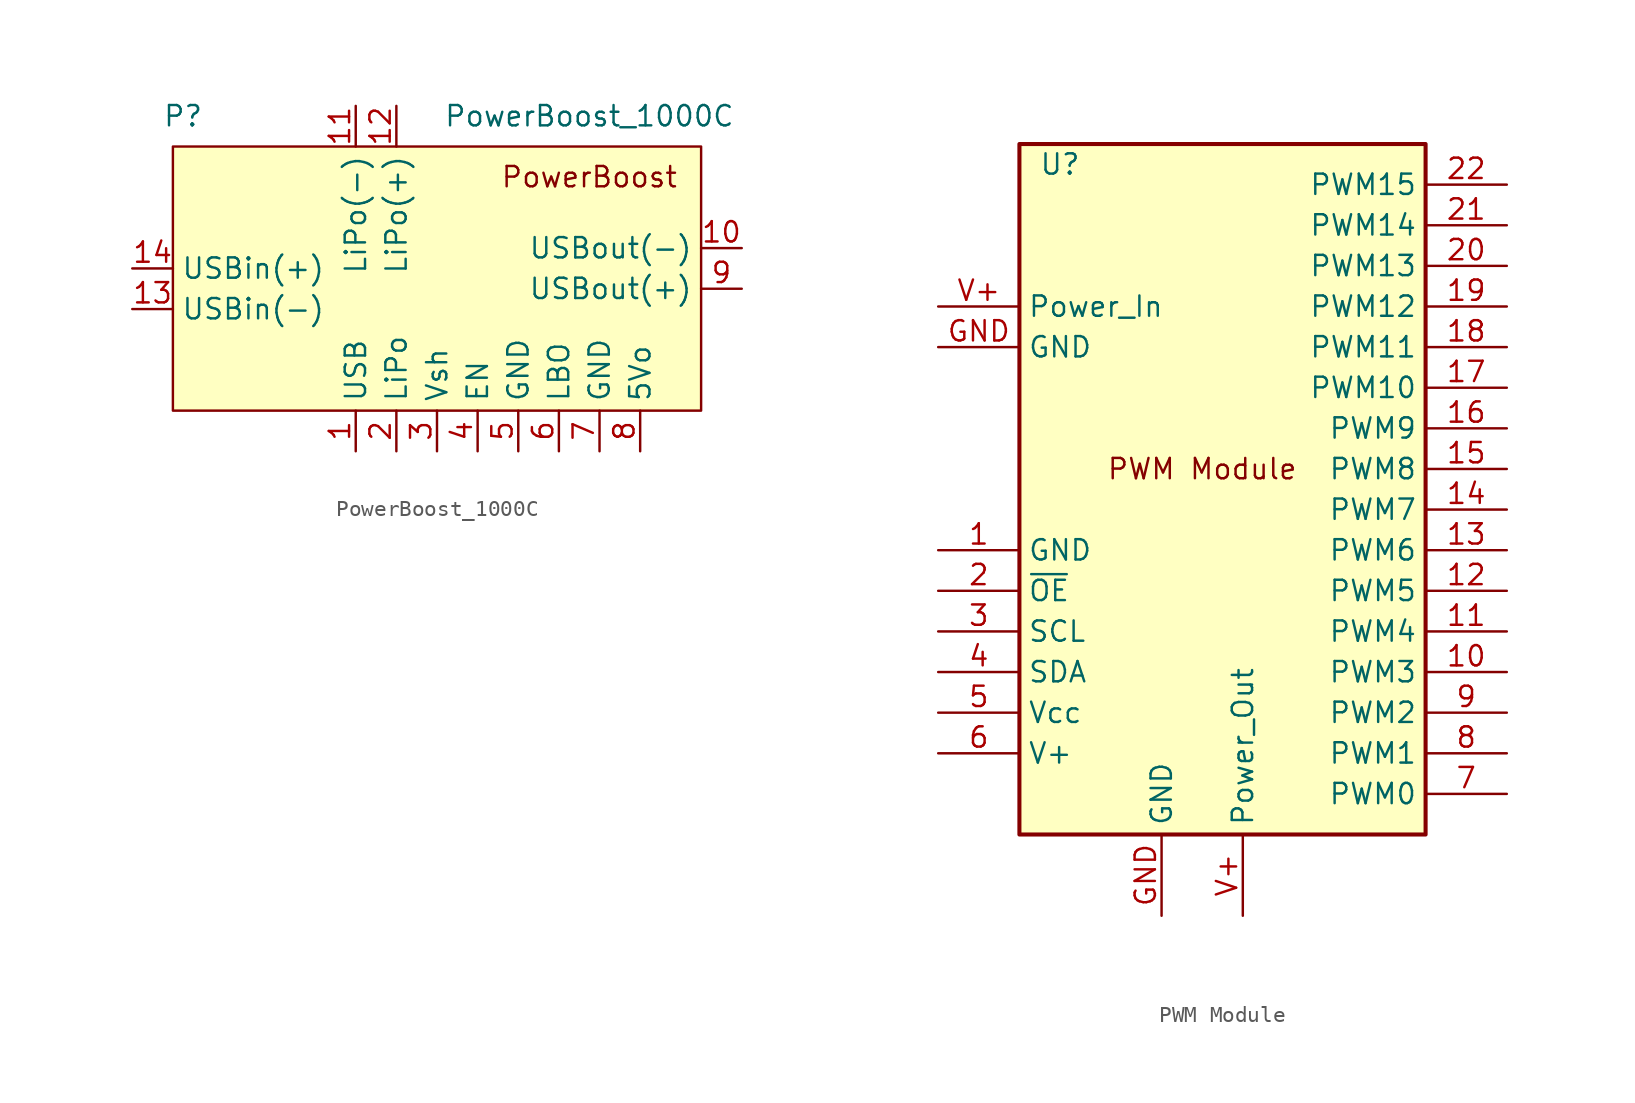
<source format=kicad_sym>
(kicad_symbol_lib
  (version 20220914)
  (generator kicad_symbol_editor)
  (symbol "PowerBoost_1000C"
    (property "Reference" "P"
      (at -15.24 -10.16 0)
      (effects (font (size 1.27 1.27))))
    (property "Value" "PowerBoost_1000C"
      (at 10.16 -10.16 0)
      (effects (font (size 1.27 1.27))))
    (symbol "PowerBoost_1000C_0_0"
      (text "PowerBoost" (at 10.16 -13.97 0) (effects (font (size 1.27 1.27)))))
    (symbol "PowerBoost_1000C_0_1"
      (rectangle (start -15.875 -28.575) (end 17.145 -12.065) (stroke (width 0.152) (type default)) (fill (type background))))
    (symbol "PowerBoost_1000C_1_1"
      (pin power_out line (at -4.445 -31.115 90) (length 2.54) (name "USB" (effects (font (size 1.27 1.27)))) (number "1" (effects (font (size 1.27 1.27)))))
      (pin power_out line (at 19.685 -18.415 180) (length 2.54) (name "USBout(-)" (effects (font (size 1.27 1.27)))) (number "10" (effects (font (size 1.27 1.27)))))
      (pin power_in line (at -4.445 -9.525 270) (length 2.54) (name "LiPo(-)" (effects (font (size 1.27 1.27)))) (number "11" (effects (font (size 1.27 1.27)))))
      (pin power_in line (at -1.905 -9.525 270) (length 2.54) (name "LiPo(+)" (effects (font (size 1.27 1.27)))) (number "12" (effects (font (size 1.27 1.27)))))
      (pin power_in line (at -18.415 -22.225 0) (length 2.54) (name "USBin(-)" (effects (font (size 1.27 1.27)))) (number "13" (effects (font (size 1.27 1.27)))))
      (pin power_in line (at -18.415 -19.685 0) (length 2.54) (name "USBin(+)" (effects (font (size 1.27 1.27)))) (number "14" (effects (font (size 1.27 1.27)))))
      (pin power_out line (at -1.905 -31.115 90) (length 2.54) (name "LiPo" (effects (font (size 1.27 1.27)))) (number "2" (effects (font (size 1.27 1.27)))))
      (pin power_out line (at 0.635 -31.115 90) (length 2.54) (name "Vsh" (effects (font (size 1.27 1.27)))) (number "3" (effects (font (size 1.27 1.27)))))
      (pin output line (at 3.175 -31.115 90) (length 2.54) (name "EN" (effects (font (size 1.27 1.27)))) (number "4" (effects (font (size 1.27 1.27)))))
      (pin power_out line (at 5.715 -31.115 90) (length 2.54) (name "GND" (effects (font (size 1.27 1.27)))) (number "5" (effects (font (size 1.27 1.27)))))
      (pin output line (at 8.255 -31.115 90) (length 2.54) (name "LBO" (effects (font (size 1.27 1.27)))) (number "6" (effects (font (size 1.27 1.27)))))
      (pin power_out line (at 10.795 -31.115 90) (length 2.54) (name "GND" (effects (font (size 1.27 1.27)))) (number "7" (effects (font (size 1.27 1.27)))))
      (pin power_out line (at 13.335 -31.115 90) (length 2.54) (name "5Vo" (effects (font (size 1.27 1.27)))) (number "8" (effects (font (size 1.27 1.27)))))
      (pin power_out line (at 19.685 -20.955 180) (length 2.54) (name "USBout(+)" (effects (font (size 1.27 1.27)))) (number "9" (effects (font (size 1.27 1.27)))))))
  (symbol "PWM Module"
    (property "Reference" "U"
      (at -8.89 20.32 0)
      (effects (font (size 1.27 1.27))))
    (property "Value" ""
      (at 0 0 0)
      (effects (font (size 1.27 1.27))))
    (symbol "PWM Module_0_1"
      (rectangle (start -11.43 21.59) (end 13.97 -21.59) (stroke (width 0.254) (type default)) (fill (type background))))
    (symbol "PWM Module_1_1"
      (text "PWM Module" (at 0 1.27 0) (effects (font (size 1.27 1.27))))
      (pin power_in line (at -16.51 -3.81 0) (length 5.08) (name "GND" (effects (font (size 1.27 1.27)))) (number "1" (effects (font (size 1.27 1.27)))))
      (pin output line (at 19.05 -11.43 180) (length 5.08) (name "PWM3" (effects (font (size 1.27 1.27)))) (number "10" (effects (font (size 1.27 1.27)))))
      (pin output line (at 19.05 -8.89 180) (length 5.08) (name "PWM4" (effects (font (size 1.27 1.27)))) (number "11" (effects (font (size 1.27 1.27)))))
      (pin output line (at 19.05 -6.35 180) (length 5.08) (name "PWM5" (effects (font (size 1.27 1.27)))) (number "12" (effects (font (size 1.27 1.27)))))
      (pin output line (at 19.05 -3.81 180) (length 5.08) (name "PWM6" (effects (font (size 1.27 1.27)))) (number "13" (effects (font (size 1.27 1.27)))))
      (pin output line (at 19.05 -1.27 180) (length 5.08) (name "PWM7" (effects (font (size 1.27 1.27)))) (number "14" (effects (font (size 1.27 1.27)))))
      (pin output line (at 19.05 1.27 180) (length 5.08) (name "PWM8" (effects (font (size 1.27 1.27)))) (number "15" (effects (font (size 1.27 1.27)))))
      (pin output line (at 19.05 3.81 180) (length 5.08) (name "PWM9" (effects (font (size 1.27 1.27)))) (number "16" (effects (font (size 1.27 1.27)))))
      (pin output line (at 19.05 6.35 180) (length 5.08) (name "PWM10" (effects (font (size 1.27 1.27)))) (number "17" (effects (font (size 1.27 1.27)))))
      (pin output line (at 19.05 8.89 180) (length 5.08) (name "PWM11" (effects (font (size 1.27 1.27)))) (number "18" (effects (font (size 1.27 1.27)))))
      (pin output line (at 19.05 11.43 180) (length 5.08) (name "PWM12" (effects (font (size 1.27 1.27)))) (number "19" (effects (font (size 1.27 1.27)))))
      (pin input line (at -16.51 -6.35 0) (length 5.08) (name "~{OE}" (effects (font (size 1.27 1.27)))) (number "2" (effects (font (size 1.27 1.27)))))
      (pin output line (at 19.05 13.97 180) (length 5.08) (name "PWM13" (effects (font (size 1.27 1.27)))) (number "20" (effects (font (size 1.27 1.27)))))
      (pin output line (at 19.05 16.51 180) (length 5.08) (name "PWM14" (effects (font (size 1.27 1.27)))) (number "21" (effects (font (size 1.27 1.27)))))
      (pin output line (at 19.05 19.05 180) (length 5.08) (name "PWM15" (effects (font (size 1.27 1.27)))) (number "22" (effects (font (size 1.27 1.27)))))
      (pin input line (at -16.51 -8.89 0) (length 5.08) (name "SCL" (effects (font (size 1.27 1.27)))) (number "3" (effects (font (size 1.27 1.27)))))
      (pin bidirectional line (at -16.51 -11.43 0) (length 5.08) (name "SDA" (effects (font (size 1.27 1.27)))) (number "4" (effects (font (size 1.27 1.27)))))
      (pin power_in line (at -16.51 -13.97 0) (length 5.08) (name "Vcc" (effects (font (size 1.27 1.27)))) (number "5" (effects (font (size 1.27 1.27)))))
      (pin power_out line (at -16.51 -16.51 0) (length 5.08) (name "V+" (effects (font (size 1.27 1.27)))) (number "6" (effects (font (size 1.27 1.27)))))
      (pin output line (at 19.05 -19.05 180) (length 5.08) (name "PWM0" (effects (font (size 1.27 1.27)))) (number "7" (effects (font (size 1.27 1.27)))))
      (pin output line (at 19.05 -16.51 180) (length 5.08) (name "PWM1" (effects (font (size 1.27 1.27)))) (number "8" (effects (font (size 1.27 1.27)))))
      (pin output line (at 19.05 -13.97 180) (length 5.08) (name "PWM2" (effects (font (size 1.27 1.27)))) (number "9" (effects (font (size 1.27 1.27)))))
      (pin power_in line (at -16.51 8.89 0) (length 5.08) (name "GND" (effects (font (size 1.27 1.27)))) (number "GND" (effects (font (size 1.27 1.27)))))
      (pin power_out line (at -2.54 -26.67 90) (length 5.08) (name "GND" (effects (font (size 1.27 1.27)))) (number "GND" (effects (font (size 1.27 1.27)))))
      (pin power_in line (at -16.51 11.43 0) (length 5.08) (name "Power_In" (effects (font (size 1.27 1.27)))) (number "V+" (effects (font (size 1.27 1.27)))))
      (pin power_out line (at 2.54 -26.67 90) (length 5.08) (name "Power_Out" (effects (font (size 1.27 1.27)))) (number "V+" (effects (font (size 1.27 1.27))))))))
</source>
